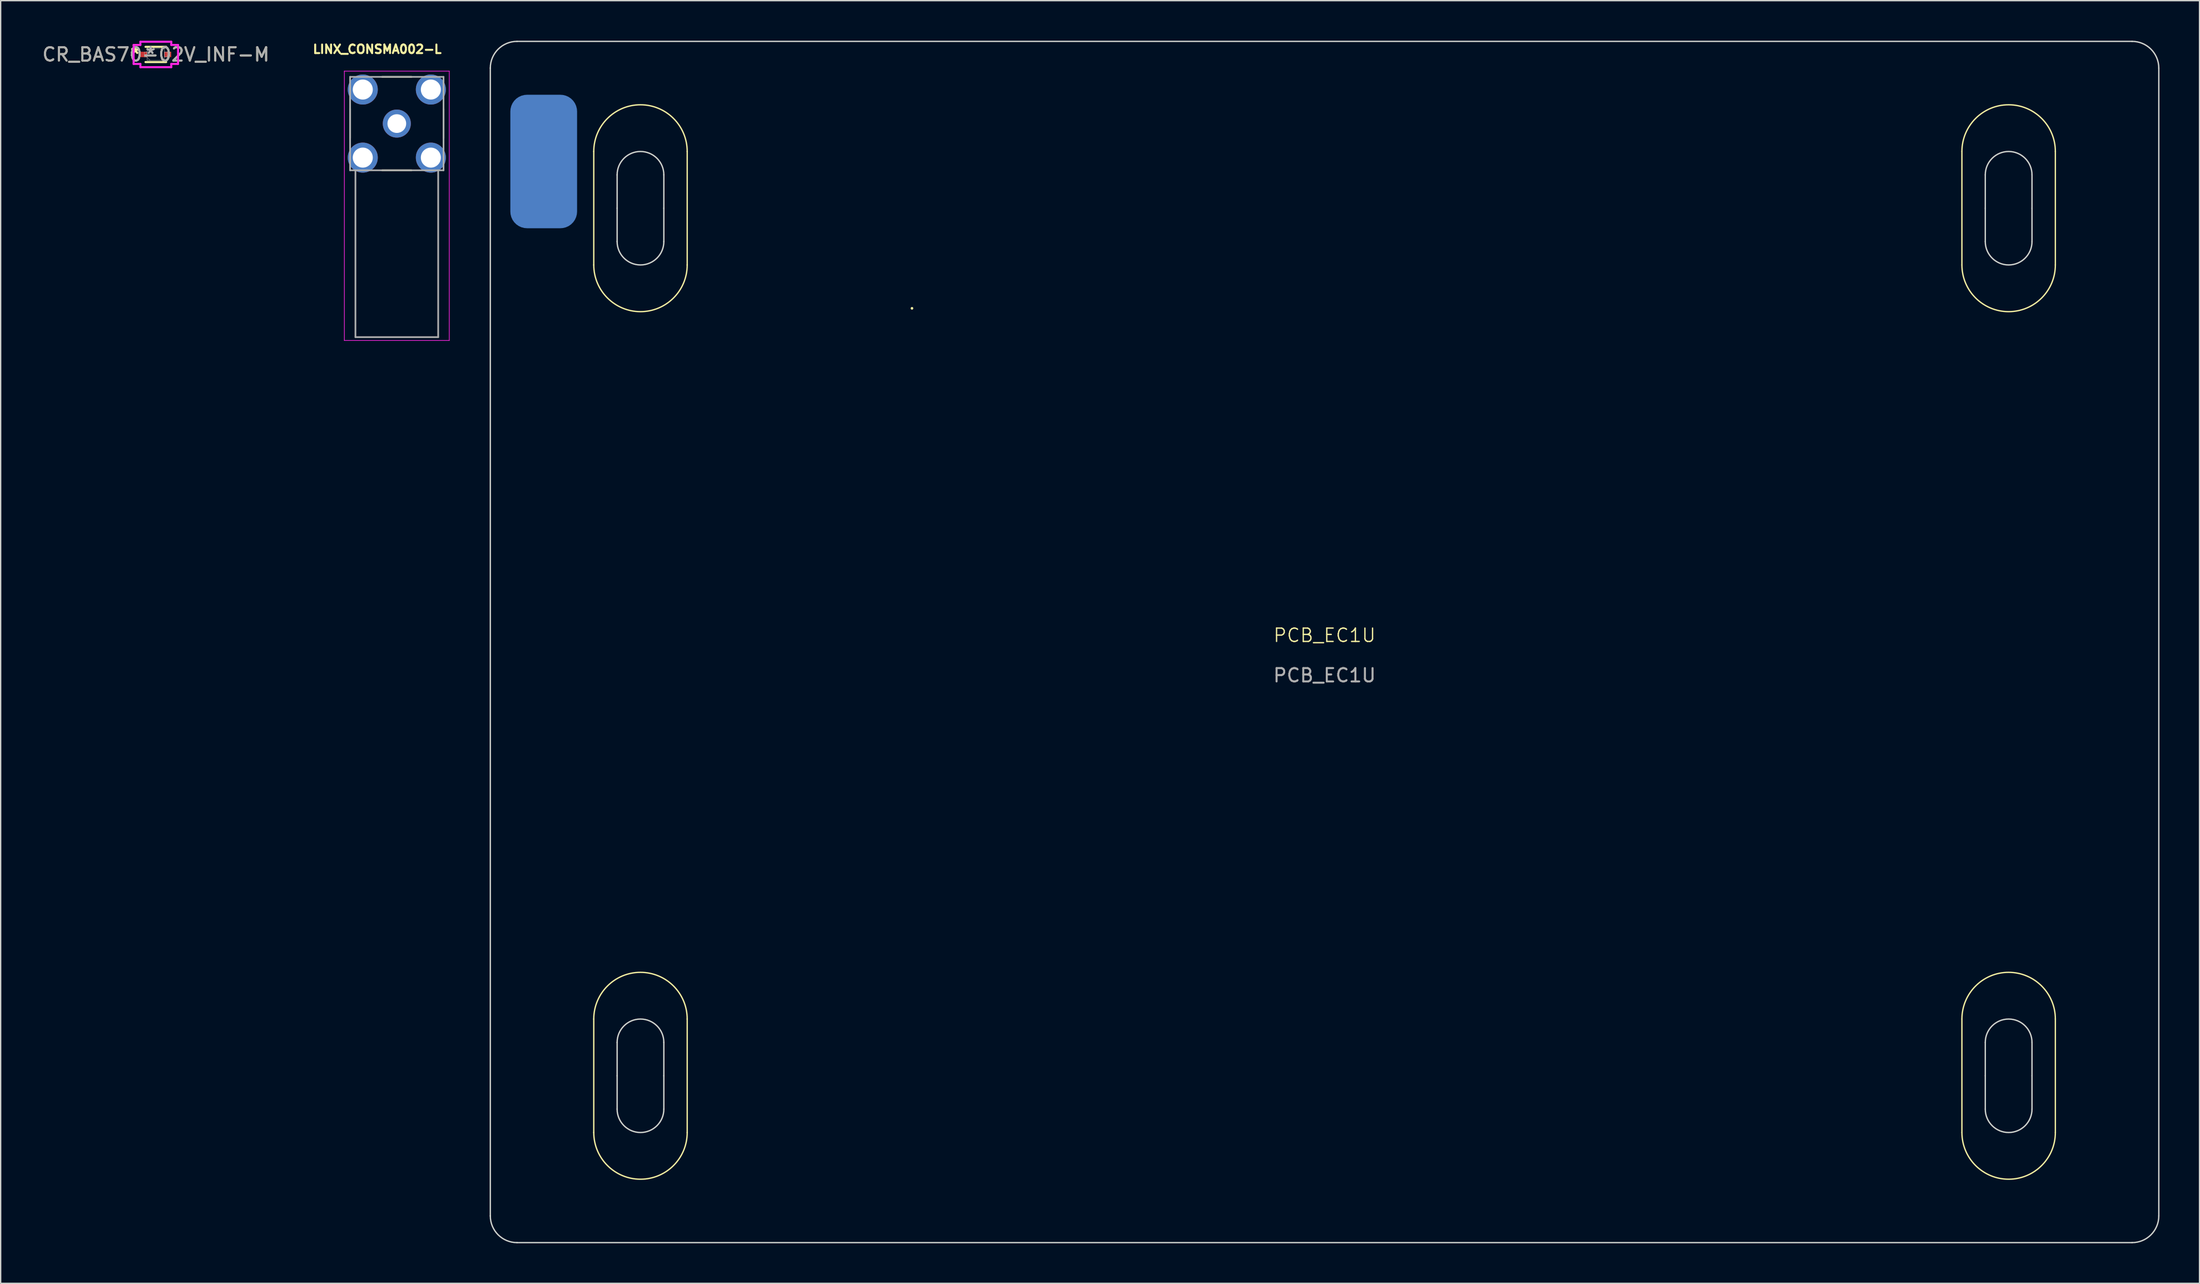
<source format=kicad_pcb>
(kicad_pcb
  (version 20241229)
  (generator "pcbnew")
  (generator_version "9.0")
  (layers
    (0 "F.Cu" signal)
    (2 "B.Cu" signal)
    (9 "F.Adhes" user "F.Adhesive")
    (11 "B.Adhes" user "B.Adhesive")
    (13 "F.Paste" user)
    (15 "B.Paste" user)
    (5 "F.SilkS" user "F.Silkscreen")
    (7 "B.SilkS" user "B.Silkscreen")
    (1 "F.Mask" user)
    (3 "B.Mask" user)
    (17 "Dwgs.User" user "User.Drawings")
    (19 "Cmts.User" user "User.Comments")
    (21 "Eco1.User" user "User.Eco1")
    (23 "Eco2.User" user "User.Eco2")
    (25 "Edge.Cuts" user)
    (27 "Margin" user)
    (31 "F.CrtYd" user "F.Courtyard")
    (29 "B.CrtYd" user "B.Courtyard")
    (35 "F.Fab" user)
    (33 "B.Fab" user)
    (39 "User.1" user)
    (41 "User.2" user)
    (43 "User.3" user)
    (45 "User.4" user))
  (footprint "CR_BAS70-02V_INF-M"
    (layer "F.Cu")
    (at 8.625 1.029)
    (property "Reference" "CR_BAS70-02V_INF-M" (at 0 0 0) (unlocked yes) (layer "F.SilkS") (effects (font (size 1 1) (thickness 0.15))))
    (attr smd)
    (fp_line (start -0.775 0.572) (end 0.775 0.572) (stroke (width 0.152) (type solid)) (layer "F.SilkS"))
    (fp_line (start 0.775 -0.572) (end -0.775 -0.572) (stroke (width 0.152) (type solid)) (layer "F.SilkS"))
    (fp_line (start -1.664 -0.711) (end -1.156 -0.711) (stroke (width 0.152) (type solid)) (layer "F.CrtYd"))
    (fp_line (start -1.664 0.711) (end -1.664 -0.711) (stroke (width 0.152) (type solid)) (layer "F.CrtYd"))
    (fp_line (start -1.156 -0.953) (end 1.156 -0.953) (stroke (width 0.152) (type solid)) (layer "F.CrtYd"))
    (fp_line (start -1.156 -0.711) (end -1.156 -0.953) (stroke (width 0.152) (type solid)) (layer "F.CrtYd"))
    (fp_line (start -1.156 0.711) (end -1.664 0.711) (stroke (width 0.152) (type solid)) (layer "F.CrtYd"))
    (fp_line (start -1.156 0.953) (end -1.156 0.711) (stroke (width 0.152) (type solid)) (layer "F.CrtYd"))
    (fp_line (start 1.156 -0.953) (end 1.156 -0.711) (stroke (width 0.152) (type solid)) (layer "F.CrtYd"))
    (fp_line (start 1.156 -0.711) (end 1.664 -0.711) (stroke (width 0.152) (type solid)) (layer "F.CrtYd"))
    (fp_line (start 1.156 0.711) (end 1.156 0.953) (stroke (width 0.152) (type solid)) (layer "F.CrtYd"))
    (fp_line (start 1.156 0.953) (end -1.156 0.953) (stroke (width 0.152) (type solid)) (layer "F.CrtYd"))
    (fp_line (start 1.664 -0.711) (end 1.664 0.711) (stroke (width 0.152) (type solid)) (layer "F.CrtYd"))
    (fp_line (start 1.664 0.711) (end 1.156 0.711) (stroke (width 0.152) (type solid)) (layer "F.CrtYd"))
    (fp_line (start -0.851 -0.178) (end -0.851 0.178) (stroke (width 0.025) (type solid)) (layer "F.Fab"))
    (fp_line (start -0.851 0.178) (end -0.648 0.178) (stroke (width 0.025) (type solid)) (layer "F.Fab"))
    (fp_line (start -0.648 -0.445) (end -0.648 0.445) (stroke (width 0.025) (type solid)) (layer "F.Fab"))
    (fp_line (start -0.648 -0.222) (end -0.425 -0.445) (stroke (width 0.025) (type solid)) (layer "F.Fab"))
    (fp_line (start -0.648 -0.178) (end -0.851 -0.178) (stroke (width 0.025) (type solid)) (layer "F.Fab"))
    (fp_line (start -0.648 0.178) (end -0.648 -0.178) (stroke (width 0.025) (type solid)) (layer "F.Fab"))
    (fp_line (start -0.648 0.222) (end -0.425 0.445) (stroke (width 0.025) (type solid)) (layer "F.Fab"))
    (fp_line (start -0.648 0.445) (end 0.648 0.445) (stroke (width 0.025) (type solid)) (layer "F.Fab"))
    (fp_line (start 0.648 -0.445) (end -0.648 -0.445) (stroke (width 0.025) (type solid)) (layer "F.Fab"))
    (fp_line (start 0.648 -0.178) (end 0.648 0.178) (stroke (width 0.025) (type solid)) (layer "F.Fab"))
    (fp_line (start 0.648 0.178) (end 0.851 0.178) (stroke (width 0.025) (type solid)) (layer "F.Fab"))
    (fp_line (start 0.648 0.445) (end 0.648 -0.445) (stroke (width 0.025) (type solid)) (layer "F.Fab"))
    (fp_line (start 0.851 -0.178) (end 0.648 -0.178) (stroke (width 0.025) (type solid)) (layer "F.Fab"))
    (fp_line (start 0.851 0.178) (end 0.851 -0.178) (stroke (width 0.025) (type solid)) (layer "F.Fab"))
    (fp_text user "*" (at -1.537 0 0) (layer "F.SilkS") (effects (font (size 1 1) (thickness 0.15))))
    (fp_text user "*" (at -1.537 0 0) (unlocked yes) (layer "F.SilkS") (effects (font (size 1 1) (thickness 0.15))))
    (fp_text user "*" (at -0.394 0 0) (unlocked yes) (layer "F.Fab") (effects (font (size 1 1) (thickness 0.15))))
    (fp_text user "${REFERENCE}" (at 0 0 0) (unlocked yes) (layer "F.Fab") (effects (font (size 1 1) (thickness 0.15))))
    (fp_text user "*" (at -0.394 0 0) (layer "F.Fab") (effects (font (size 1 1) (thickness 0.15))))
    (pad "1" smd rect (at -0.902 0) (size 0.508 0.406) (layers "F.Cu" "F.Mask" "F.Paste"))
    (pad "2" smd rect (at 0.902 0) (size 0.508 0.406) (layers "F.Cu" "F.Mask" "F.Paste"))
    (zone (net_name "") (layer "F.Cu") (hatch full 0.508) (connect_pads) (min_thickness 0.254) (filled_areas_thickness no) (keepout (tracks not_allowed) (vias not_allowed) (pads allowed) (copperpour not_allowed) (footprints allowed)) (placement (enabled no)) (fill) (polygon (pts (xy 8.028 0.635) (xy 9.222 0.635) (xy 9.222 1.422) (xy 8.028 1.422)))))
  (footprint "PCB_EC1U"
    (layer "F.Cu")
    (at 96.184 45.05)
    (property "Reference" "PCB_EC1U" (at 0 -0.5 0) (unlocked yes) (layer "F.SilkS") (effects (font (size 1 1) (thickness 0.1))))
    (attr smd)
    (fp_line (start -54.75 -36.75) (end -54.75 -28.25) (stroke (width 0.1) (type default)) (layer "F.SilkS"))
    (fp_line (start -54.75 28.25) (end -54.75 36.75) (stroke (width 0.1) (type default)) (layer "F.SilkS"))
    (fp_line (start -47.75 -28.25) (end -47.75 -36.75) (stroke (width 0.1) (type default)) (layer "F.SilkS"))
    (fp_line (start -47.75 36.75) (end -47.75 28.25) (stroke (width 0.1) (type default)) (layer "F.SilkS"))
    (fp_line (start 47.75 -36.75) (end 47.75 -28.25) (stroke (width 0.1) (type default)) (layer "F.SilkS"))
    (fp_line (start 47.75 28.25) (end 47.75 36.75) (stroke (width 0.1) (type default)) (layer "F.SilkS"))
    (fp_line (start 54.75 -28.25) (end 54.75 -36.75) (stroke (width 0.1) (type default)) (layer "F.SilkS"))
    (fp_line (start 54.75 36.75) (end 54.75 28.25) (stroke (width 0.1) (type default)) (layer "F.SilkS"))
    (fp_arc (start -54.75 -36.75) (mid -51.25 -40.25) (end -47.75 -36.75) (stroke (width 0.1) (type default)) (layer "F.SilkS"))
    (fp_arc (start -54.75 28.25) (mid -51.25 24.75) (end -47.75 28.25) (stroke (width 0.1) (type default)) (layer "F.SilkS"))
    (fp_arc (start -47.75 -28.25) (mid -51.25 -24.75) (end -54.75 -28.25) (stroke (width 0.1) (type default)) (layer "F.SilkS"))
    (fp_arc (start -47.75 36.75) (mid -51.25 40.25) (end -54.75 36.75) (stroke (width 0.1) (type default)) (layer "F.SilkS"))
    (fp_arc (start 47.75 -36.75) (mid 51.25 -40.25) (end 54.75 -36.75) (stroke (width 0.1) (type default)) (layer "F.SilkS"))
    (fp_arc (start 47.75 28.25) (mid 51.25 24.75) (end 54.75 28.25) (stroke (width 0.1) (type default)) (layer "F.SilkS"))
    (fp_arc (start 54.75 -28.25) (mid 51.25 -24.75) (end 47.75 -28.25) (stroke (width 0.1) (type default)) (layer "F.SilkS"))
    (fp_arc (start 54.75 36.75) (mid 51.25 40.25) (end 47.75 36.75) (stroke (width 0.1) (type default)) (layer "F.SilkS"))
    (fp_circle (center -30.91 -25) (end -30.91 -25) (stroke (width 0.1) (type default)) (fill no) (layer "F.SilkS"))
    (fp_line (start -62.5 43) (end -62.5 -43) (stroke (width 0.1) (type default)) (layer "Edge.Cuts"))
    (fp_line (start -60.5 -45) (end 60.5 -45) (stroke (width 0.1) (type default)) (layer "Edge.Cuts"))
    (fp_line (start -60.5 45) (end 60.5 45) (stroke (width 0.1) (type default)) (layer "Edge.Cuts"))
    (fp_line (start -53 -32.5) (end -53 -35) (stroke (width 0.1) (type default)) (layer "Edge.Cuts"))
    (fp_line (start -53 -30) (end -53 -32.5) (stroke (width 0.1) (type default)) (layer "Edge.Cuts"))
    (fp_line (start -53 32.5) (end -53 30) (stroke (width 0.1) (type default)) (layer "Edge.Cuts"))
    (fp_line (start -53 35) (end -53 32.5) (stroke (width 0.1) (type default)) (layer "Edge.Cuts"))
    (fp_line (start -49.5 -32.5) (end -49.5 -35) (stroke (width 0.1) (type default)) (layer "Edge.Cuts"))
    (fp_line (start -49.5 -30) (end -49.5 -32.5) (stroke (width 0.1) (type default)) (layer "Edge.Cuts"))
    (fp_line (start -49.5 32.5) (end -49.5 30) (stroke (width 0.1) (type default)) (layer "Edge.Cuts"))
    (fp_line (start -49.5 35) (end -49.5 32.5) (stroke (width 0.1) (type default)) (layer "Edge.Cuts"))
    (fp_line (start 49.5 -32.5) (end 49.5 -35) (stroke (width 0.1) (type default)) (layer "Edge.Cuts"))
    (fp_line (start 49.5 -30) (end 49.5 -32.5) (stroke (width 0.1) (type default)) (layer "Edge.Cuts"))
    (fp_line (start 49.5 32.5) (end 49.5 30) (stroke (width 0.1) (type default)) (layer "Edge.Cuts"))
    (fp_line (start 49.5 35) (end 49.5 32.5) (stroke (width 0.1) (type default)) (layer "Edge.Cuts"))
    (fp_line (start 53 -32.5) (end 53 -35) (stroke (width 0.1) (type default)) (layer "Edge.Cuts"))
    (fp_line (start 53 -30) (end 53 -32.5) (stroke (width 0.1) (type default)) (layer "Edge.Cuts"))
    (fp_line (start 53 32.5) (end 53 30) (stroke (width 0.1) (type default)) (layer "Edge.Cuts"))
    (fp_line (start 53 35) (end 53 32.5) (stroke (width 0.1) (type default)) (layer "Edge.Cuts"))
    (fp_line (start 62.5 43) (end 62.5 -43) (stroke (width 0.1) (type default)) (layer "Edge.Cuts"))
    (fp_arc (start -62.5 -43) (mid -61.914214 -44.414214) (end -60.5 -45) (stroke (width 0.1) (type default)) (layer "Edge.Cuts"))
    (fp_arc (start -60.5 45) (mid -61.914214 44.414214) (end -62.5 43) (stroke (width 0.1) (type default)) (layer "Edge.Cuts"))
    (fp_arc (start -53 -35) (mid -51.25 -36.75) (end -49.5 -35) (stroke (width 0.1) (type default)) (layer "Edge.Cuts"))
    (fp_arc (start -53 30) (mid -51.25 28.25) (end -49.5 30) (stroke (width 0.1) (type default)) (layer "Edge.Cuts"))
    (fp_arc (start -49.5 -30) (mid -51.25 -28.25) (end -53 -30) (stroke (width 0.1) (type default)) (layer "Edge.Cuts"))
    (fp_arc (start -49.5 35) (mid -51.25 36.75) (end -53 35) (stroke (width 0.1) (type default)) (layer "Edge.Cuts"))
    (fp_arc (start 49.5 -35) (mid 51.25 -36.75) (end 53 -35) (stroke (width 0.1) (type default)) (layer "Edge.Cuts"))
    (fp_arc (start 49.5 30) (mid 51.25 28.25) (end 53 30) (stroke (width 0.1) (type default)) (layer "Edge.Cuts"))
    (fp_arc (start 53 -30) (mid 51.25 -28.25) (end 49.5 -30) (stroke (width 0.1) (type default)) (layer "Edge.Cuts"))
    (fp_arc (start 53 35) (mid 51.25 36.75) (end 49.5 35) (stroke (width 0.1) (type default)) (layer "Edge.Cuts"))
    (fp_arc (start 60.5 -45) (mid 61.914214 -44.414214) (end 62.5 -43) (stroke (width 0.1) (type default)) (layer "Edge.Cuts"))
    (fp_arc (start 62.5 43) (mid 61.914214 44.414214) (end 60.5 45) (stroke (width 0.1) (type default)) (layer "Edge.Cuts"))
    (fp_text user "${REFERENCE}" (at 0 2.5 0) (unlocked yes) (layer "F.Fab") (effects (font (size 1 1) (thickness 0.15))))
    (pad "1" smd roundrect (at -58.5 -36) (size 5 10) (layers "B.Cu" "B.Mask" "B.Paste") (roundrect_rratio 0.25)))
  (footprint "LINX_CONSMA002-L"
    (layer "F.Cu")
    (at 26.679 6.209)
    (property "Reference" "LINX_CONSMA002-L" (at -1.468 -5.571 0) (layer "F.SilkS") (effects (font (size 0.64 0.64) (thickness 0.15))))
    (attr through_hole)
    (fp_line (start -3.5 -1.1) (end -3.5 1.1) (stroke (width 0.127) (type solid)) (layer "F.SilkS"))
    (fp_line (start -1.1 -3.5) (end 1.1 -3.5) (stroke (width 0.127) (type solid)) (layer "F.SilkS"))
    (fp_line (start -1.1 3.5) (end 1.1 3.5) (stroke (width 0.127) (type solid)) (layer "F.SilkS"))
    (fp_line (start 3.5 -1.1) (end 3.5 1.1) (stroke (width 0.127) (type solid)) (layer "F.SilkS"))
    (fp_line (start -3.93 -3.93) (end 3.93 -3.93) (stroke (width 0.05) (type solid)) (layer "F.CrtYd"))
    (fp_line (start -3.93 16.25) (end -3.93 -3.93) (stroke (width 0.05) (type solid)) (layer "F.CrtYd"))
    (fp_line (start 3.93 -3.93) (end 3.93 16.25) (stroke (width 0.05) (type solid)) (layer "F.CrtYd"))
    (fp_line (start 3.93 16.25) (end -3.93 16.25) (stroke (width 0.05) (type solid)) (layer "F.CrtYd"))
    (fp_line (start -3.5 -3.5) (end 3.5 -3.5) (stroke (width 0.127) (type solid)) (layer "F.Fab"))
    (fp_line (start -3.5 3.5) (end -3.5 -3.5) (stroke (width 0.127) (type solid)) (layer "F.Fab"))
    (fp_line (start -3.1 3.5) (end -3.5 3.5) (stroke (width 0.127) (type solid)) (layer "F.Fab"))
    (fp_line (start -3.1 3.5) (end -3.1 16) (stroke (width 0.127) (type solid)) (layer "F.Fab"))
    (fp_line (start -3.1 16) (end 3.1 16) (stroke (width 0.127) (type solid)) (layer "F.Fab"))
    (fp_line (start 3.1 3.5) (end -3.1 3.5) (stroke (width 0.127) (type solid)) (layer "F.Fab"))
    (fp_line (start 3.1 16) (end 3.1 3.5) (stroke (width 0.127) (type solid)) (layer "F.Fab"))
    (fp_line (start 3.5 -3.5) (end 3.5 3.5) (stroke (width 0.127) (type solid)) (layer "F.Fab"))
    (fp_line (start 3.5 3.5) (end 3.1 3.5) (stroke (width 0.127) (type solid)) (layer "F.Fab"))
    (pad "1" thru_hole circle (at 0 0) (size 2.1 2.1) (drill 1.4) (layers "*.Cu" "*.Mask"))
    (pad "S1" thru_hole circle (at -2.55 -2.55) (size 2.25 2.25) (drill 1.5) (layers "*.Cu" "*.Mask"))
    (pad "S1" thru_hole circle (at -2.55 2.55) (size 2.25 2.25) (drill 1.5) (layers "*.Cu" "*.Mask"))
    (pad "S1" thru_hole circle (at 2.55 -2.55) (size 2.25 2.25) (drill 1.5) (layers "*.Cu" "*.Mask"))
    (pad "S1" thru_hole circle (at 2.55 2.55) (size 2.25 2.25) (drill 1.5) (layers "*.Cu" "*.Mask")))
  (gr_rect
    (start -3 -3)
    (end 161.734 93.1)
    (stroke (width 0.1) (type default))
    (fill no)
    (layer "Edge.Cuts")))
</source>
